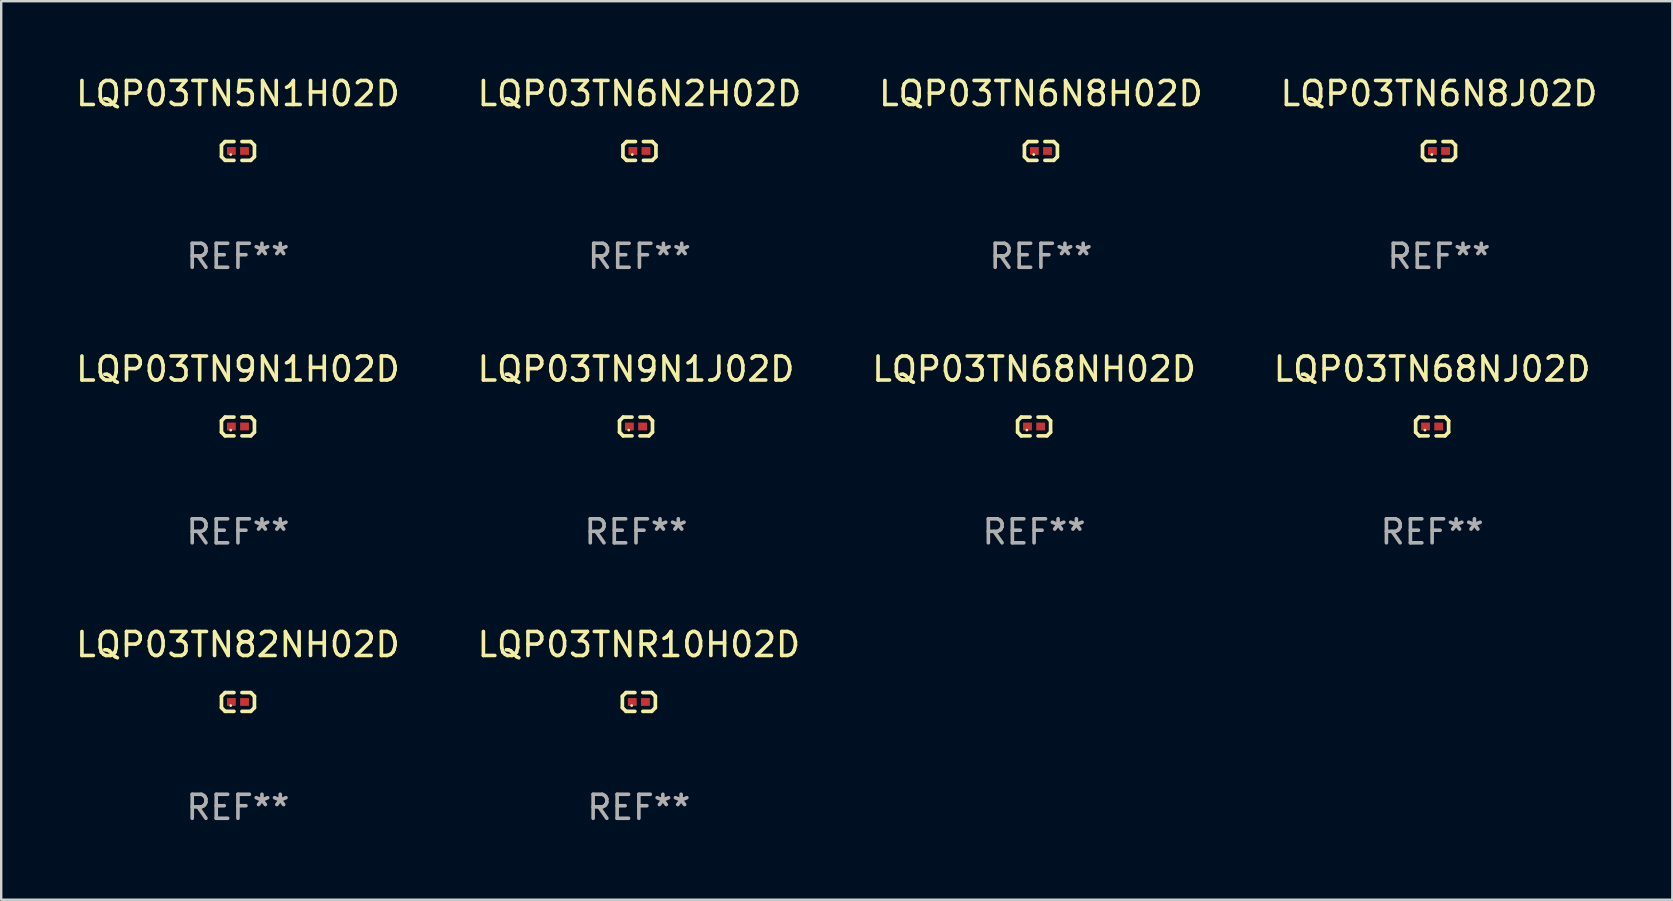
<source format=kicad_pcb>
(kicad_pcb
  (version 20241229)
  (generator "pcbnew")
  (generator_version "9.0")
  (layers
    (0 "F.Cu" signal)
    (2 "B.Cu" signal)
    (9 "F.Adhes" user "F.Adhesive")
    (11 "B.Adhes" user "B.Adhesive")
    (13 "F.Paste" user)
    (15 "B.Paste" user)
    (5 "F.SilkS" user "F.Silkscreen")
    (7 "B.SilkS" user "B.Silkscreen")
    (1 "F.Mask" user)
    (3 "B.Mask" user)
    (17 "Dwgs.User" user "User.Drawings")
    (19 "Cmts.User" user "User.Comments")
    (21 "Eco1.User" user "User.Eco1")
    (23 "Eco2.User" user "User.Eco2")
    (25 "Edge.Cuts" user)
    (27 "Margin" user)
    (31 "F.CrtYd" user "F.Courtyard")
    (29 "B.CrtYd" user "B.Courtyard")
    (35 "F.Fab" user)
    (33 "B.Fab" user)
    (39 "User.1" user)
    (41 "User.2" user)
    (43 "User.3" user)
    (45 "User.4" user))
  (footprint "LQP03TN9N1H02D"
    (layer "F.Cu")
    (at 6.863 14.717)
    (property "Reference" "LQP03TN9N1H02D" (at 0 -2.391 0) (layer "F.SilkS") (effects (font (size 1 1) (thickness 0.15))))
    (attr through_hole)
    (fp_line (start -0.687 -0.238) (end -0.535 -0.391) (stroke (width 0.152) (type solid)) (layer "F.SilkS"))
    (fp_line (start -0.687 0.238) (end -0.687 -0.238) (stroke (width 0.152) (type solid)) (layer "F.SilkS"))
    (fp_line (start -0.535 -0.391) (end -0.166 -0.391) (stroke (width 0.152) (type solid)) (layer "F.SilkS"))
    (fp_line (start -0.535 0.391) (end -0.687 0.238) (stroke (width 0.152) (type solid)) (layer "F.SilkS"))
    (fp_line (start -0.166 0.391) (end -0.535 0.391) (stroke (width 0.152) (type solid)) (layer "F.SilkS"))
    (fp_line (start 0.166 0.391) (end 0.535 0.391) (stroke (width 0.152) (type solid)) (layer "F.SilkS"))
    (fp_line (start 0.535 -0.391) (end 0.166 -0.391) (stroke (width 0.152) (type solid)) (layer "F.SilkS"))
    (fp_line (start 0.535 0.391) (end 0.687 0.238) (stroke (width 0.152) (type solid)) (layer "F.SilkS"))
    (fp_line (start 0.687 -0.238) (end 0.535 -0.391) (stroke (width 0.152) (type solid)) (layer "F.SilkS"))
    (fp_line (start 0.687 0.238) (end 0.687 -0.238) (stroke (width 0.152) (type solid)) (layer "F.SilkS"))
    (fp_circle (center -0.3 0.15) (end -0.27 0.15) (stroke (width 0.06) (type solid)) (fill no) (layer "F.SilkS"))
    (fp_text user "REF**" (at 0 4.391 0) (layer "F.Fab") (effects (font (size 1 1) (thickness 0.15))))
    (pad "1" smd rect (at -0.274 0) (size 0.368 0.324) (layers "F.Cu" "F.Mask" "F.Paste"))
    (pad "2" smd rect (at 0.274 0) (size 0.368 0.324) (layers "F.Cu" "F.Mask" "F.Paste")))
  (footprint "LQP03TNR10H02D"
    (layer "F.Cu")
    (at 23.565 26.194)
    (property "Reference" "LQP03TNR10H02D" (at 0 -2.391 0) (layer "F.SilkS") (effects (font (size 1 1) (thickness 0.15))))
    (attr through_hole)
    (fp_line (start -0.687 -0.238) (end -0.535 -0.391) (stroke (width 0.152) (type solid)) (layer "F.SilkS"))
    (fp_line (start -0.687 0.238) (end -0.687 -0.238) (stroke (width 0.152) (type solid)) (layer "F.SilkS"))
    (fp_line (start -0.535 -0.391) (end -0.166 -0.391) (stroke (width 0.152) (type solid)) (layer "F.SilkS"))
    (fp_line (start -0.535 0.391) (end -0.687 0.238) (stroke (width 0.152) (type solid)) (layer "F.SilkS"))
    (fp_line (start -0.166 0.391) (end -0.535 0.391) (stroke (width 0.152) (type solid)) (layer "F.SilkS"))
    (fp_line (start 0.166 0.391) (end 0.535 0.391) (stroke (width 0.152) (type solid)) (layer "F.SilkS"))
    (fp_line (start 0.535 -0.391) (end 0.166 -0.391) (stroke (width 0.152) (type solid)) (layer "F.SilkS"))
    (fp_line (start 0.535 0.391) (end 0.687 0.238) (stroke (width 0.152) (type solid)) (layer "F.SilkS"))
    (fp_line (start 0.687 -0.238) (end 0.535 -0.391) (stroke (width 0.152) (type solid)) (layer "F.SilkS"))
    (fp_line (start 0.687 0.238) (end 0.687 -0.238) (stroke (width 0.152) (type solid)) (layer "F.SilkS"))
    (fp_circle (center -0.3 0.15) (end -0.27 0.15) (stroke (width 0.06) (type solid)) (fill no) (layer "F.SilkS"))
    (fp_text user "REF**" (at 0 4.391 0) (layer "F.Fab") (effects (font (size 1 1) (thickness 0.15))))
    (pad "1" smd rect (at -0.274 0) (size 0.368 0.324) (layers "F.Cu" "F.Mask" "F.Paste"))
    (pad "2" smd rect (at 0.274 0) (size 0.368 0.324) (layers "F.Cu" "F.Mask" "F.Paste")))
  (footprint "LQP03TN68NH02D"
    (layer "F.Cu")
    (at 40.03 14.717)
    (property "Reference" "LQP03TN68NH02D" (at 0 -2.391 0) (layer "F.SilkS") (effects (font (size 1 1) (thickness 0.15))))
    (attr through_hole)
    (fp_line (start -0.687 -0.238) (end -0.535 -0.391) (stroke (width 0.152) (type solid)) (layer "F.SilkS"))
    (fp_line (start -0.687 0.238) (end -0.687 -0.238) (stroke (width 0.152) (type solid)) (layer "F.SilkS"))
    (fp_line (start -0.535 -0.391) (end -0.166 -0.391) (stroke (width 0.152) (type solid)) (layer "F.SilkS"))
    (fp_line (start -0.535 0.391) (end -0.687 0.238) (stroke (width 0.152) (type solid)) (layer "F.SilkS"))
    (fp_line (start -0.166 0.391) (end -0.535 0.391) (stroke (width 0.152) (type solid)) (layer "F.SilkS"))
    (fp_line (start 0.166 0.391) (end 0.535 0.391) (stroke (width 0.152) (type solid)) (layer "F.SilkS"))
    (fp_line (start 0.535 -0.391) (end 0.166 -0.391) (stroke (width 0.152) (type solid)) (layer "F.SilkS"))
    (fp_line (start 0.535 0.391) (end 0.687 0.238) (stroke (width 0.152) (type solid)) (layer "F.SilkS"))
    (fp_line (start 0.687 -0.238) (end 0.535 -0.391) (stroke (width 0.152) (type solid)) (layer "F.SilkS"))
    (fp_line (start 0.687 0.238) (end 0.687 -0.238) (stroke (width 0.152) (type solid)) (layer "F.SilkS"))
    (fp_circle (center -0.3 0.15) (end -0.27 0.15) (stroke (width 0.06) (type solid)) (fill no) (layer "F.SilkS"))
    (fp_text user "REF**" (at 0 4.391 0) (layer "F.Fab") (effects (font (size 1 1) (thickness 0.15))))
    (pad "1" smd rect (at -0.274 0) (size 0.368 0.324) (layers "F.Cu" "F.Mask" "F.Paste"))
    (pad "2" smd rect (at 0.274 0) (size 0.368 0.324) (layers "F.Cu" "F.Mask" "F.Paste")))
  (footprint "LQP03TN5N1H02D"
    (layer "F.Cu")
    (at 6.863 3.239)
    (property "Reference" "LQP03TN5N1H02D" (at 0 -2.391 0) (layer "F.SilkS") (effects (font (size 1 1) (thickness 0.15))))
    (attr through_hole)
    (fp_line (start -0.687 -0.238) (end -0.535 -0.391) (stroke (width 0.152) (type solid)) (layer "F.SilkS"))
    (fp_line (start -0.687 0.238) (end -0.687 -0.238) (stroke (width 0.152) (type solid)) (layer "F.SilkS"))
    (fp_line (start -0.535 -0.391) (end -0.166 -0.391) (stroke (width 0.152) (type solid)) (layer "F.SilkS"))
    (fp_line (start -0.535 0.391) (end -0.687 0.238) (stroke (width 0.152) (type solid)) (layer "F.SilkS"))
    (fp_line (start -0.166 0.391) (end -0.535 0.391) (stroke (width 0.152) (type solid)) (layer "F.SilkS"))
    (fp_line (start 0.166 0.391) (end 0.535 0.391) (stroke (width 0.152) (type solid)) (layer "F.SilkS"))
    (fp_line (start 0.535 -0.391) (end 0.166 -0.391) (stroke (width 0.152) (type solid)) (layer "F.SilkS"))
    (fp_line (start 0.535 0.391) (end 0.687 0.238) (stroke (width 0.152) (type solid)) (layer "F.SilkS"))
    (fp_line (start 0.687 -0.238) (end 0.535 -0.391) (stroke (width 0.152) (type solid)) (layer "F.SilkS"))
    (fp_line (start 0.687 0.238) (end 0.687 -0.238) (stroke (width 0.152) (type solid)) (layer "F.SilkS"))
    (fp_circle (center -0.3 0.15) (end -0.27 0.15) (stroke (width 0.06) (type solid)) (fill no) (layer "F.SilkS"))
    (fp_text user "REF**" (at 0 4.391 0) (layer "F.Fab") (effects (font (size 1 1) (thickness 0.15))))
    (pad "1" smd rect (at -0.274 0) (size 0.368 0.324) (layers "F.Cu" "F.Mask" "F.Paste"))
    (pad "2" smd rect (at 0.274 0) (size 0.368 0.324) (layers "F.Cu" "F.Mask" "F.Paste")))
  (footprint "LQP03TN82NH02D"
    (layer "F.Cu")
    (at 6.863 26.194)
    (property "Reference" "LQP03TN82NH02D" (at 0 -2.391 0) (layer "F.SilkS") (effects (font (size 1 1) (thickness 0.15))))
    (attr through_hole)
    (fp_line (start -0.687 -0.238) (end -0.535 -0.391) (stroke (width 0.152) (type solid)) (layer "F.SilkS"))
    (fp_line (start -0.687 0.238) (end -0.687 -0.238) (stroke (width 0.152) (type solid)) (layer "F.SilkS"))
    (fp_line (start -0.535 -0.391) (end -0.166 -0.391) (stroke (width 0.152) (type solid)) (layer "F.SilkS"))
    (fp_line (start -0.535 0.391) (end -0.687 0.238) (stroke (width 0.152) (type solid)) (layer "F.SilkS"))
    (fp_line (start -0.166 0.391) (end -0.535 0.391) (stroke (width 0.152) (type solid)) (layer "F.SilkS"))
    (fp_line (start 0.166 0.391) (end 0.535 0.391) (stroke (width 0.152) (type solid)) (layer "F.SilkS"))
    (fp_line (start 0.535 -0.391) (end 0.166 -0.391) (stroke (width 0.152) (type solid)) (layer "F.SilkS"))
    (fp_line (start 0.535 0.391) (end 0.687 0.238) (stroke (width 0.152) (type solid)) (layer "F.SilkS"))
    (fp_line (start 0.687 -0.238) (end 0.535 -0.391) (stroke (width 0.152) (type solid)) (layer "F.SilkS"))
    (fp_line (start 0.687 0.238) (end 0.687 -0.238) (stroke (width 0.152) (type solid)) (layer "F.SilkS"))
    (fp_circle (center -0.3 0.15) (end -0.27 0.15) (stroke (width 0.06) (type solid)) (fill no) (layer "F.SilkS"))
    (fp_text user "REF**" (at 0 4.391 0) (layer "F.Fab") (effects (font (size 1 1) (thickness 0.15))))
    (pad "1" smd rect (at -0.274 0) (size 0.368 0.324) (layers "F.Cu" "F.Mask" "F.Paste"))
    (pad "2" smd rect (at 0.274 0) (size 0.368 0.324) (layers "F.Cu" "F.Mask" "F.Paste")))
  (footprint "LQP03TN6N2H02D"
    (layer "F.Cu")
    (at 23.589 3.239)
    (property "Reference" "LQP03TN6N2H02D" (at 0 -2.391 0) (layer "F.SilkS") (effects (font (size 1 1) (thickness 0.15))))
    (attr through_hole)
    (fp_line (start -0.687 -0.238) (end -0.535 -0.391) (stroke (width 0.152) (type solid)) (layer "F.SilkS"))
    (fp_line (start -0.687 0.238) (end -0.687 -0.238) (stroke (width 0.152) (type solid)) (layer "F.SilkS"))
    (fp_line (start -0.535 -0.391) (end -0.166 -0.391) (stroke (width 0.152) (type solid)) (layer "F.SilkS"))
    (fp_line (start -0.535 0.391) (end -0.687 0.238) (stroke (width 0.152) (type solid)) (layer "F.SilkS"))
    (fp_line (start -0.166 0.391) (end -0.535 0.391) (stroke (width 0.152) (type solid)) (layer "F.SilkS"))
    (fp_line (start 0.166 0.391) (end 0.535 0.391) (stroke (width 0.152) (type solid)) (layer "F.SilkS"))
    (fp_line (start 0.535 -0.391) (end 0.166 -0.391) (stroke (width 0.152) (type solid)) (layer "F.SilkS"))
    (fp_line (start 0.535 0.391) (end 0.687 0.238) (stroke (width 0.152) (type solid)) (layer "F.SilkS"))
    (fp_line (start 0.687 -0.238) (end 0.535 -0.391) (stroke (width 0.152) (type solid)) (layer "F.SilkS"))
    (fp_line (start 0.687 0.238) (end 0.687 -0.238) (stroke (width 0.152) (type solid)) (layer "F.SilkS"))
    (fp_circle (center -0.3 0.15) (end -0.27 0.15) (stroke (width 0.06) (type solid)) (fill no) (layer "F.SilkS"))
    (fp_text user "REF**" (at 0 4.391 0) (layer "F.Fab") (effects (font (size 1 1) (thickness 0.15))))
    (pad "1" smd rect (at -0.274 0) (size 0.368 0.324) (layers "F.Cu" "F.Mask" "F.Paste"))
    (pad "2" smd rect (at 0.274 0) (size 0.368 0.324) (layers "F.Cu" "F.Mask" "F.Paste")))
  (footprint "LQP03TN68NJ02D"
    (layer "F.Cu")
    (at 56.613 14.717)
    (property "Reference" "LQP03TN68NJ02D" (at 0 -2.391 0) (layer "F.SilkS") (effects (font (size 1 1) (thickness 0.15))))
    (attr through_hole)
    (fp_line (start -0.687 -0.238) (end -0.535 -0.391) (stroke (width 0.152) (type solid)) (layer "F.SilkS"))
    (fp_line (start -0.687 0.238) (end -0.687 -0.238) (stroke (width 0.152) (type solid)) (layer "F.SilkS"))
    (fp_line (start -0.535 -0.391) (end -0.166 -0.391) (stroke (width 0.152) (type solid)) (layer "F.SilkS"))
    (fp_line (start -0.535 0.391) (end -0.687 0.238) (stroke (width 0.152) (type solid)) (layer "F.SilkS"))
    (fp_line (start -0.166 0.391) (end -0.535 0.391) (stroke (width 0.152) (type solid)) (layer "F.SilkS"))
    (fp_line (start 0.166 0.391) (end 0.535 0.391) (stroke (width 0.152) (type solid)) (layer "F.SilkS"))
    (fp_line (start 0.535 -0.391) (end 0.166 -0.391) (stroke (width 0.152) (type solid)) (layer "F.SilkS"))
    (fp_line (start 0.535 0.391) (end 0.687 0.238) (stroke (width 0.152) (type solid)) (layer "F.SilkS"))
    (fp_line (start 0.687 -0.238) (end 0.535 -0.391) (stroke (width 0.152) (type solid)) (layer "F.SilkS"))
    (fp_line (start 0.687 0.238) (end 0.687 -0.238) (stroke (width 0.152) (type solid)) (layer "F.SilkS"))
    (fp_circle (center -0.3 0.15) (end -0.27 0.15) (stroke (width 0.06) (type solid)) (fill no) (layer "F.SilkS"))
    (fp_text user "REF**" (at 0 4.391 0) (layer "F.Fab") (effects (font (size 1 1) (thickness 0.15))))
    (pad "1" smd rect (at -0.274 0) (size 0.368 0.324) (layers "F.Cu" "F.Mask" "F.Paste"))
    (pad "2" smd rect (at 0.274 0) (size 0.368 0.324) (layers "F.Cu" "F.Mask" "F.Paste")))
  (footprint "LQP03TN6N8J02D"
    (layer "F.Cu")
    (at 56.899 3.239)
    (property "Reference" "LQP03TN6N8J02D" (at 0 -2.391 0) (layer "F.SilkS") (effects (font (size 1 1) (thickness 0.15))))
    (attr through_hole)
    (fp_line (start -0.687 -0.238) (end -0.535 -0.391) (stroke (width 0.152) (type solid)) (layer "F.SilkS"))
    (fp_line (start -0.687 0.238) (end -0.687 -0.238) (stroke (width 0.152) (type solid)) (layer "F.SilkS"))
    (fp_line (start -0.535 -0.391) (end -0.166 -0.391) (stroke (width 0.152) (type solid)) (layer "F.SilkS"))
    (fp_line (start -0.535 0.391) (end -0.687 0.238) (stroke (width 0.152) (type solid)) (layer "F.SilkS"))
    (fp_line (start -0.166 0.391) (end -0.535 0.391) (stroke (width 0.152) (type solid)) (layer "F.SilkS"))
    (fp_line (start 0.166 0.391) (end 0.535 0.391) (stroke (width 0.152) (type solid)) (layer "F.SilkS"))
    (fp_line (start 0.535 -0.391) (end 0.166 -0.391) (stroke (width 0.152) (type solid)) (layer "F.SilkS"))
    (fp_line (start 0.535 0.391) (end 0.687 0.238) (stroke (width 0.152) (type solid)) (layer "F.SilkS"))
    (fp_line (start 0.687 -0.238) (end 0.535 -0.391) (stroke (width 0.152) (type solid)) (layer "F.SilkS"))
    (fp_line (start 0.687 0.238) (end 0.687 -0.238) (stroke (width 0.152) (type solid)) (layer "F.SilkS"))
    (fp_circle (center -0.3 0.15) (end -0.27 0.15) (stroke (width 0.06) (type solid)) (fill no) (layer "F.SilkS"))
    (fp_text user "REF**" (at 0 4.391 0) (layer "F.Fab") (effects (font (size 1 1) (thickness 0.15))))
    (pad "1" smd rect (at -0.274 0) (size 0.368 0.324) (layers "F.Cu" "F.Mask" "F.Paste"))
    (pad "2" smd rect (at 0.274 0) (size 0.368 0.324) (layers "F.Cu" "F.Mask" "F.Paste")))
  (footprint "LQP03TN6N8H02D"
    (layer "F.Cu")
    (at 40.315 3.239)
    (property "Reference" "LQP03TN6N8H02D" (at 0 -2.391 0) (layer "F.SilkS") (effects (font (size 1 1) (thickness 0.15))))
    (attr through_hole)
    (fp_line (start -0.687 -0.238) (end -0.535 -0.391) (stroke (width 0.152) (type solid)) (layer "F.SilkS"))
    (fp_line (start -0.687 0.238) (end -0.687 -0.238) (stroke (width 0.152) (type solid)) (layer "F.SilkS"))
    (fp_line (start -0.535 -0.391) (end -0.166 -0.391) (stroke (width 0.152) (type solid)) (layer "F.SilkS"))
    (fp_line (start -0.535 0.391) (end -0.687 0.238) (stroke (width 0.152) (type solid)) (layer "F.SilkS"))
    (fp_line (start -0.166 0.391) (end -0.535 0.391) (stroke (width 0.152) (type solid)) (layer "F.SilkS"))
    (fp_line (start 0.166 0.391) (end 0.535 0.391) (stroke (width 0.152) (type solid)) (layer "F.SilkS"))
    (fp_line (start 0.535 -0.391) (end 0.166 -0.391) (stroke (width 0.152) (type solid)) (layer "F.SilkS"))
    (fp_line (start 0.535 0.391) (end 0.687 0.238) (stroke (width 0.152) (type solid)) (layer "F.SilkS"))
    (fp_line (start 0.687 -0.238) (end 0.535 -0.391) (stroke (width 0.152) (type solid)) (layer "F.SilkS"))
    (fp_line (start 0.687 0.238) (end 0.687 -0.238) (stroke (width 0.152) (type solid)) (layer "F.SilkS"))
    (fp_circle (center -0.3 0.15) (end -0.27 0.15) (stroke (width 0.06) (type solid)) (fill no) (layer "F.SilkS"))
    (fp_text user "REF**" (at 0 4.391 0) (layer "F.Fab") (effects (font (size 1 1) (thickness 0.15))))
    (pad "1" smd rect (at -0.274 0) (size 0.368 0.324) (layers "F.Cu" "F.Mask" "F.Paste"))
    (pad "2" smd rect (at 0.274 0) (size 0.368 0.324) (layers "F.Cu" "F.Mask" "F.Paste")))
  (footprint "LQP03TN9N1J02D"
    (layer "F.Cu")
    (at 23.446 14.717)
    (property "Reference" "LQP03TN9N1J02D" (at 0 -2.391 0) (layer "F.SilkS") (effects (font (size 1 1) (thickness 0.15))))
    (attr through_hole)
    (fp_line (start -0.687 -0.238) (end -0.535 -0.391) (stroke (width 0.152) (type solid)) (layer "F.SilkS"))
    (fp_line (start -0.687 0.238) (end -0.687 -0.238) (stroke (width 0.152) (type solid)) (layer "F.SilkS"))
    (fp_line (start -0.535 -0.391) (end -0.166 -0.391) (stroke (width 0.152) (type solid)) (layer "F.SilkS"))
    (fp_line (start -0.535 0.391) (end -0.687 0.238) (stroke (width 0.152) (type solid)) (layer "F.SilkS"))
    (fp_line (start -0.166 0.391) (end -0.535 0.391) (stroke (width 0.152) (type solid)) (layer "F.SilkS"))
    (fp_line (start 0.166 0.391) (end 0.535 0.391) (stroke (width 0.152) (type solid)) (layer "F.SilkS"))
    (fp_line (start 0.535 -0.391) (end 0.166 -0.391) (stroke (width 0.152) (type solid)) (layer "F.SilkS"))
    (fp_line (start 0.535 0.391) (end 0.687 0.238) (stroke (width 0.152) (type solid)) (layer "F.SilkS"))
    (fp_line (start 0.687 -0.238) (end 0.535 -0.391) (stroke (width 0.152) (type solid)) (layer "F.SilkS"))
    (fp_line (start 0.687 0.238) (end 0.687 -0.238) (stroke (width 0.152) (type solid)) (layer "F.SilkS"))
    (fp_circle (center -0.3 0.15) (end -0.27 0.15) (stroke (width 0.06) (type solid)) (fill no) (layer "F.SilkS"))
    (fp_text user "REF**" (at 0 4.391 0) (layer "F.Fab") (effects (font (size 1 1) (thickness 0.15))))
    (pad "1" smd rect (at -0.274 0) (size 0.368 0.324) (layers "F.Cu" "F.Mask" "F.Paste"))
    (pad "2" smd rect (at 0.274 0) (size 0.368 0.324) (layers "F.Cu" "F.Mask" "F.Paste")))
  (gr_rect
    (start -3 -3)
    (end 66.619 34.433)
    (stroke (width 0.1) (type default))
    (fill no)
    (layer "Edge.Cuts")))
</source>
